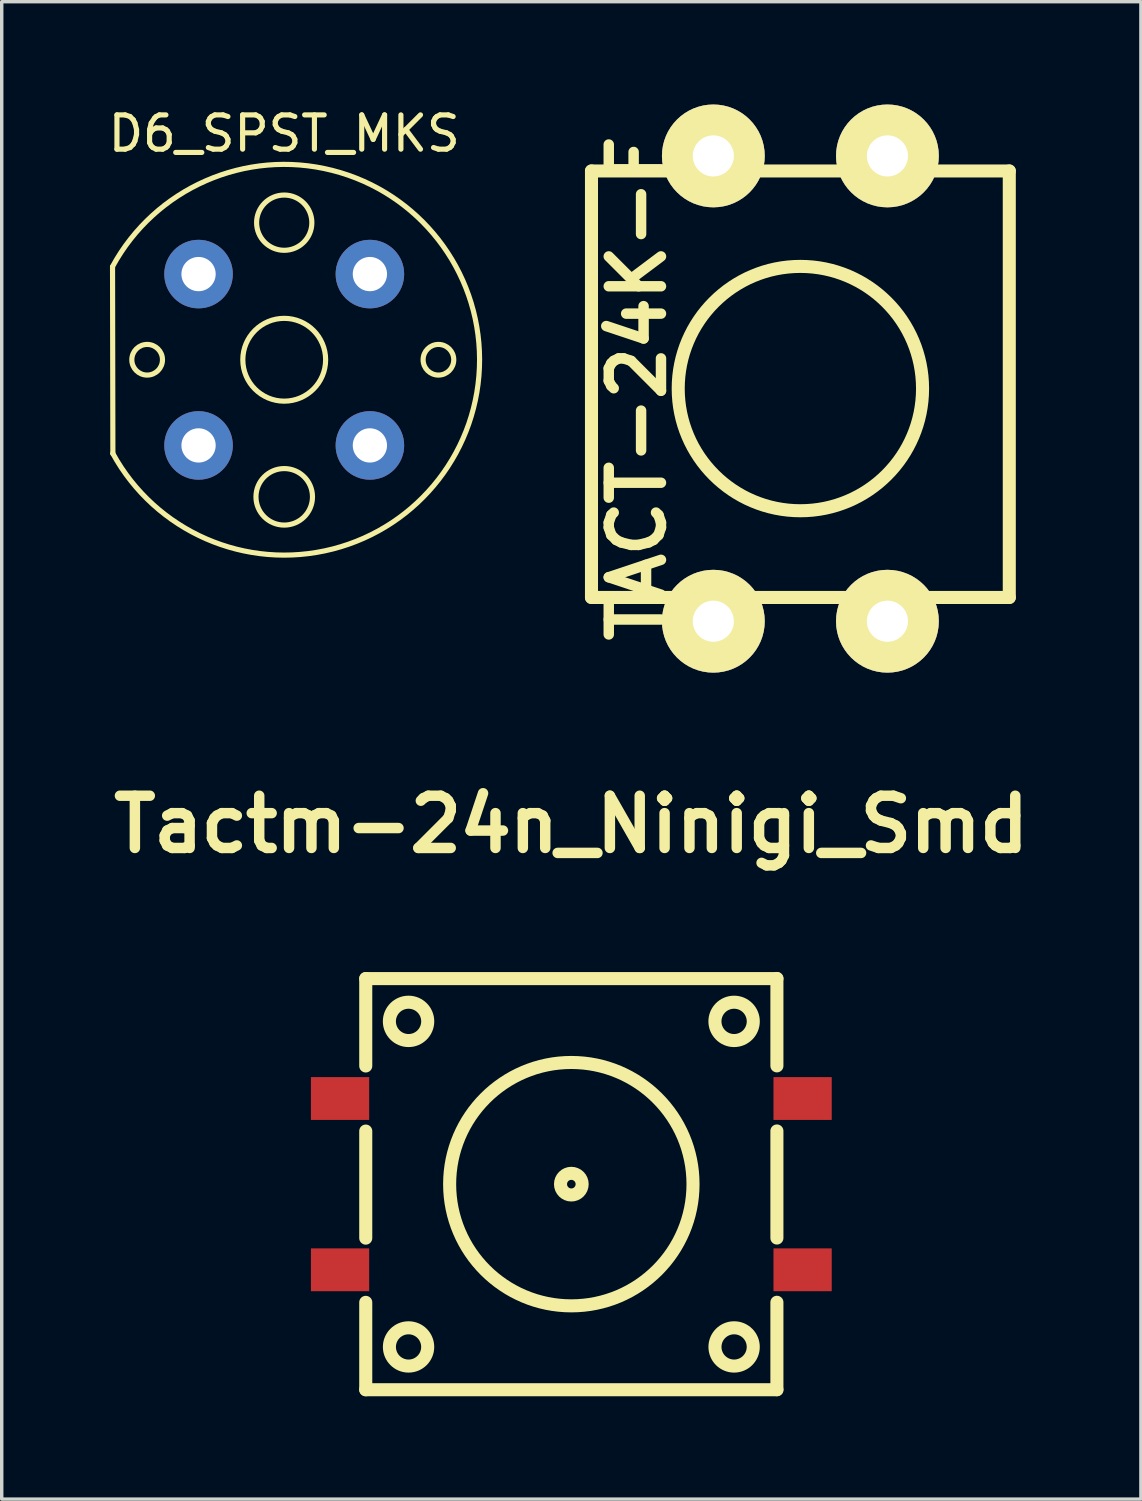
<source format=kicad_pcb>
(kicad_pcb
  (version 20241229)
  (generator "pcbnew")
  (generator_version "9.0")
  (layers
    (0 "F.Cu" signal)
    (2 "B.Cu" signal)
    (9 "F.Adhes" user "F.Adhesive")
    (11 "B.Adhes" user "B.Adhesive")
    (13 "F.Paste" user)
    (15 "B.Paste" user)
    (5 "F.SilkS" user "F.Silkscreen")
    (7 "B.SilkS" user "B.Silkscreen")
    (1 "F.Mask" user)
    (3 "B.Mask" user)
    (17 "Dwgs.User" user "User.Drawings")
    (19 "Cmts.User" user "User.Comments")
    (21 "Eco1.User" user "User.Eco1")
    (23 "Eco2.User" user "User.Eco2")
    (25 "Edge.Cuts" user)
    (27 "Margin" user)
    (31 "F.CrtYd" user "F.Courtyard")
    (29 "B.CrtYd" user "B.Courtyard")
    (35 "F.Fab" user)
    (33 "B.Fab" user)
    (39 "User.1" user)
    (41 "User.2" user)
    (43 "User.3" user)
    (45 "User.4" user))
  (footprint "TACT-24K-F"
    (layer "F.Cu")
    (at 20.306 8.289)
    (property "Reference" "TACT-24K-F" (at -4.757 -0.01 90) (layer "F.SilkS") (effects (font (size 1.524 1.524) (thickness 0.305))))
    (attr through_hole)
    (fp_line (start -6.096 -6.35) (end 6.096 -6.35) (stroke (width 0.381) (type solid)) (layer "F.SilkS"))
    (fp_line (start -6.096 6.096) (end -6.096 -6.35) (stroke (width 0.381) (type solid)) (layer "F.SilkS"))
    (fp_line (start 6.096 -6.35) (end 6.096 6.096) (stroke (width 0.381) (type solid)) (layer "F.SilkS"))
    (fp_line (start 6.096 6.096) (end -6.096 6.096) (stroke (width 0.381) (type solid)) (layer "F.SilkS"))
    (fp_circle (center 0 0) (end 3.556 0.254) (stroke (width 0.381) (type solid)) (fill no) (layer "F.SilkS"))
    (pad "1" thru_hole circle (at -2.54 6.789) (size 3 3) (drill 1.199) (layers "*.Cu" "*.Mask" "F.SilkS"))
    (pad "2" thru_hole circle (at -2.54 -6.789) (size 3 3) (drill 1.199) (layers "*.Cu" "*.Mask" "F.SilkS"))
    (pad "3" thru_hole circle (at 2.54 6.789) (size 3 3) (drill 1.199) (layers "*.Cu" "*.Mask" "F.SilkS"))
    (pad "4" thru_hole circle (at 2.54 -6.789) (size 3 3) (drill 1.199) (layers "*.Cu" "*.Mask" "F.SilkS")))
  (footprint "D6_SPST_MKS"
    (layer "F.Cu")
    (at 5.244 7.448)
    (property "Reference" "D6_SPST_MKS" (at 0 -6.6 0) (layer "F.SilkS") (effects (font (size 1 1) (thickness 0.15))))
    (attr through_hole)
    (fp_line (start -5 2.74) (end -5.01 -2.71) (stroke (width 0.15) (type solid)) (layer "F.SilkS"))
    (fp_arc (start -5.01 -2.72) (mid 5.700742 -0.006784) (end -5.003512 2.731917) (stroke (width 0.15) (type solid)) (layer "F.SilkS"))
    (fp_circle (center -4 0) (end -3.8 0.4) (stroke (width 0.15) (type solid)) (fill no) (layer "F.SilkS"))
    (fp_circle (center 0 -4) (end 0.4 -3.3) (stroke (width 0.15) (type solid)) (fill no) (layer "F.SilkS"))
    (fp_circle (center 0 0) (end 0.5 1.1) (stroke (width 0.15) (type solid)) (fill no) (layer "F.SilkS"))
    (fp_circle (center 0 4) (end 0.2 4.8) (stroke (width 0.15) (type solid)) (fill no) (layer "F.SilkS"))
    (fp_circle (center 4.5 0) (end 4.7 0.4) (stroke (width 0.15) (type solid)) (fill no) (layer "F.SilkS"))
    (pad "1" thru_hole circle (at -2.5 -2.5) (size 2 2) (drill 1) (layers "*.Cu" "*.Mask"))
    (pad "2" thru_hole circle (at 2.5 -2.5) (size 2 2) (drill 1) (layers "*.Cu" "*.Mask"))
    (pad "3" thru_hole circle (at 2.5 2.5) (size 2 2) (drill 1) (layers "*.Cu" "*.Mask"))
    (pad "4" thru_hole circle (at -2.5 2.5) (size 2 2) (drill 1) (layers "*.Cu" "*.Mask")))
  (footprint "Tactm-24n_Ninigi_Smd"
    (layer "F.Cu")
    (at 13.622 31.505)
    (property "Reference" "Tactm-24n_Ninigi_Smd" (at 0 -10.5 0) (layer "F.SilkS") (effects (font (size 1.524 1.524) (thickness 0.305))))
    (attr through_hole)
    (fp_line (start -5.999 -5.999) (end -5.999 -3.449) (stroke (width 0.381) (type solid)) (layer "F.SilkS"))
    (fp_line (start -5.999 1.575) (end -5.999 -1.549) (stroke (width 0.381) (type solid)) (layer "F.SilkS"))
    (fp_line (start -5.999 5.999) (end -5.999 3.449) (stroke (width 0.381) (type solid)) (layer "F.SilkS"))
    (fp_line (start -5.999 5.999) (end 5.999 5.999) (stroke (width 0.381) (type solid)) (layer "F.SilkS"))
    (fp_line (start 5.999 -6.002) (end 5.999 -3.452) (stroke (width 0.381) (type solid)) (layer "F.SilkS"))
    (fp_line (start 5.999 -5.999) (end -5.999 -5.999) (stroke (width 0.381) (type solid)) (layer "F.SilkS"))
    (fp_line (start 5.999 1.572) (end 5.999 -1.552) (stroke (width 0.381) (type solid)) (layer "F.SilkS"))
    (fp_line (start 5.999 5.997) (end 5.999 3.447) (stroke (width 0.381) (type solid)) (layer "F.SilkS"))
    (fp_circle (center -4.75 -4.75) (end -4.501 -4.249) (stroke (width 0.381) (type solid)) (fill no) (layer "F.SilkS"))
    (fp_circle (center -4.75 4.75) (end -4.501 5.25) (stroke (width 0.381) (type solid)) (fill no) (layer "F.SilkS"))
    (fp_circle (center 0 0) (end 0.099 0.3) (stroke (width 0.381) (type solid)) (fill no) (layer "F.SilkS"))
    (fp_circle (center 0 0) (end 3.551 0) (stroke (width 0.381) (type solid)) (fill no) (layer "F.SilkS"))
    (fp_circle (center 4.75 -4.75) (end 4.999 -4.249) (stroke (width 0.381) (type solid)) (fill no) (layer "F.SilkS"))
    (fp_circle (center 4.75 4.75) (end 4.999 5.25) (stroke (width 0.381) (type solid)) (fill no) (layer "F.SilkS"))
    (pad "1" smd rect (at -6.749 -2.499) (size 1.7 1.25) (layers "F.Cu" "F.Mask" "F.Paste"))
    (pad "2" smd rect (at 6.749 -2.499) (size 1.7 1.25) (layers "F.Cu" "F.Mask" "F.Paste"))
    (pad "3" smd rect (at -6.749 2.499) (size 1.7 1.25) (layers "F.Cu" "F.Mask" "F.Paste"))
    (pad "4" smd rect (at 6.749 2.499) (size 1.7 1.25) (layers "F.Cu" "F.Mask" "F.Paste")))
  (gr_rect
    (start -3 -3)
    (end 30.243 40.695)
    (stroke (width 0.1) (type default))
    (fill no)
    (layer "Edge.Cuts")))
</source>
